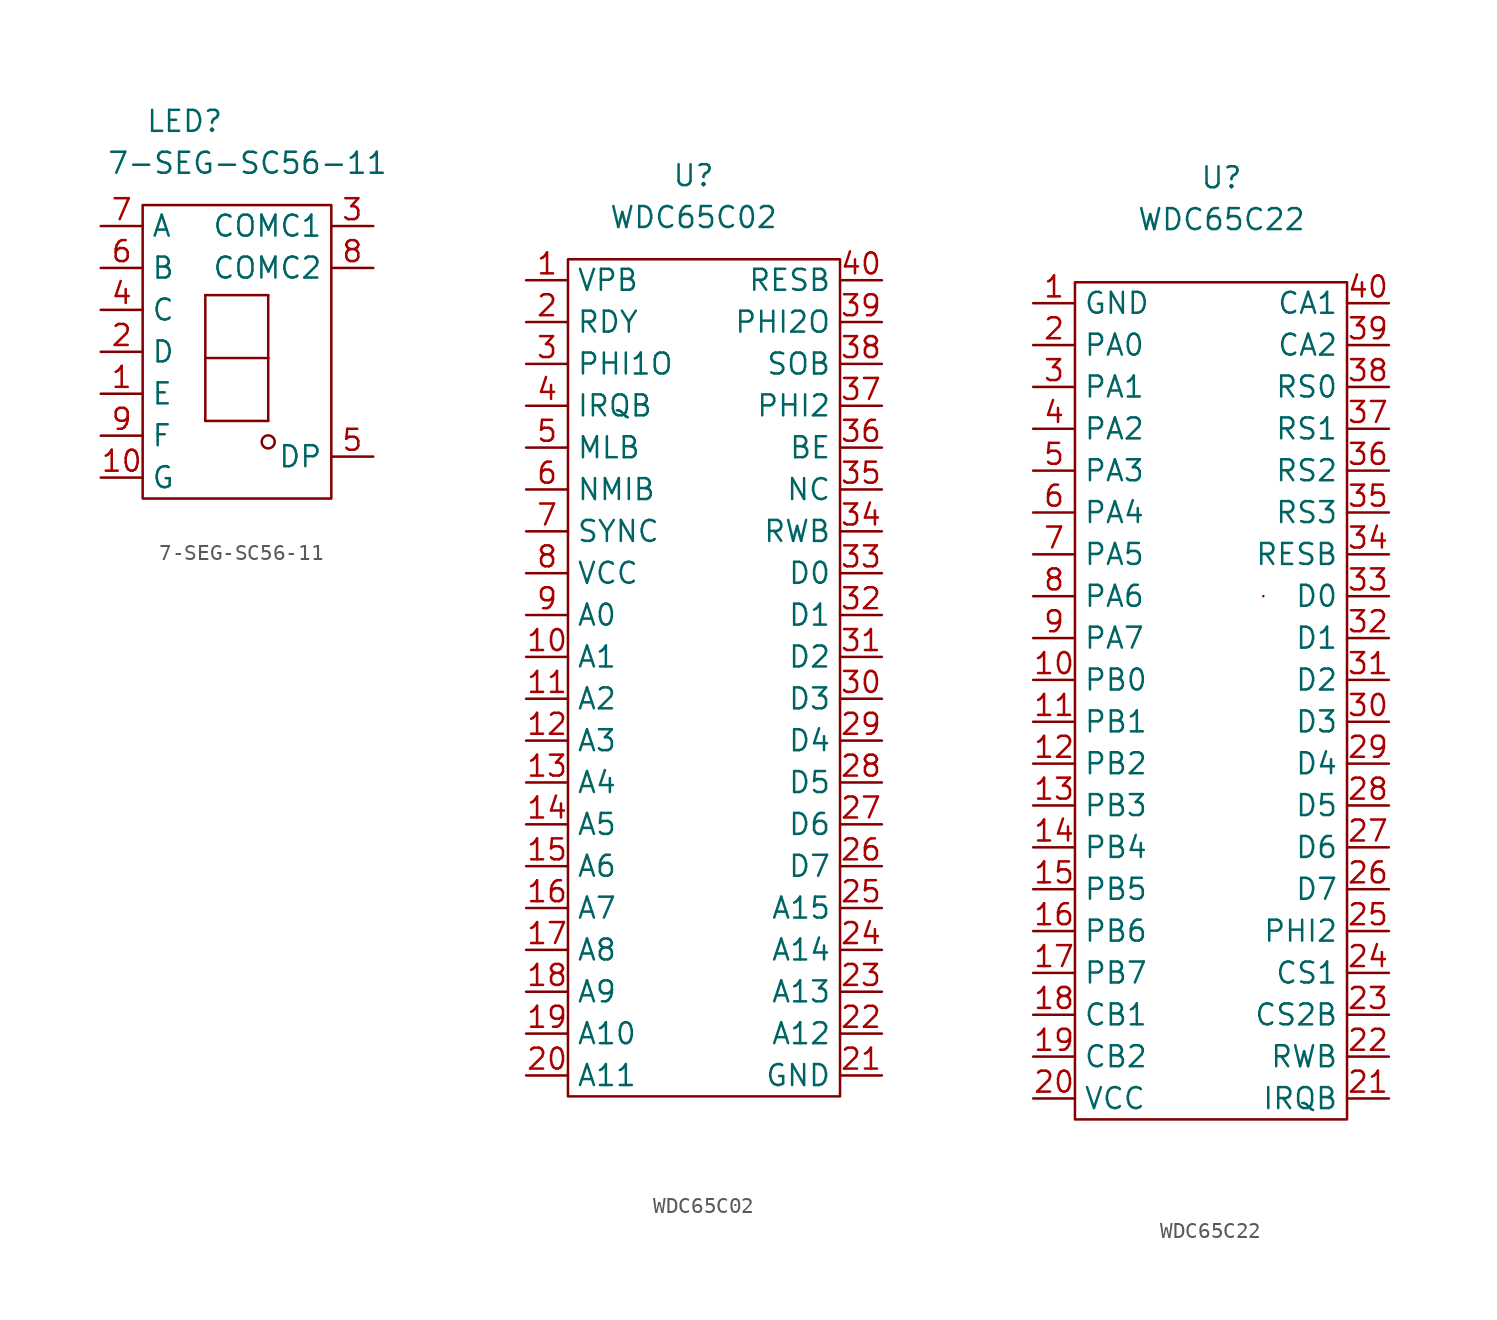
<source format=kicad_sym>
(kicad_symbol_lib
  (version 20220914)
  (generator kicad_symbol_editor)
  (symbol "7-SEG-SC56-11"
    (property "Reference" "LED"
      (at -3.81 12.7 0)
      (effects (font (size 1.27 1.27))))
    (property "Value" "7-SEG-SC56-11"
      (at 0 10.16 0)
      (effects (font (size 1.27 1.27))))
    (symbol "7-SEG-SC56-11_0_1"
      (rectangle (start -6.35 7.62) (end 5.08 -10.16) (stroke (width 0) (type default)) (fill (type none)))
      (rectangle (start -2.554 -5.457) (end -2.554 -1.647) (stroke (width 0) (type default)) (fill (type none)))
      (rectangle (start -2.554 -5.457) (end 1.256 -5.457) (stroke (width 0) (type default)) (fill (type none)))
      (rectangle (start -2.554 -1.647) (end -2.554 2.163) (stroke (width 0) (type default)) (fill (type none)))
      (rectangle (start -2.554 -1.647) (end 1.256 -1.647) (stroke (width 0) (type default)) (fill (type none)))
      (rectangle (start -2.554 2.163) (end 1.256 2.163) (stroke (width 0) (type default)) (fill (type none)))
      (circle (center 1.256 -6.727) (radius 0.394) (stroke (width 0) (type default)) (fill (type none)))
      (rectangle (start 1.256 -5.457) (end 1.256 -1.647) (stroke (width 0) (type default)) (fill (type none)))
      (rectangle (start 1.256 -1.647) (end 1.256 2.163) (stroke (width 0) (type default)) (fill (type none))))
    (symbol "7-SEG-SC56-11_1_1"
      (pin input line (at -8.89 -3.81 0) (length 2.54) (name "E" (effects (font (size 1.27 1.27)))) (number "1" (effects (font (size 1.27 1.27)))))
      (pin input line (at -8.89 -8.89 0) (length 2.54) (name "G" (effects (font (size 1.27 1.27)))) (number "10" (effects (font (size 1.27 1.27)))))
      (pin input line (at -8.89 -1.27 0) (length 2.54) (name "D" (effects (font (size 1.27 1.27)))) (number "2" (effects (font (size 1.27 1.27)))))
      (pin power_in line (at 7.62 6.35 180) (length 2.54) (name "COMC1" (effects (font (size 1.27 1.27)))) (number "3" (effects (font (size 1.27 1.27)))))
      (pin input line (at -8.89 1.27 0) (length 2.54) (name "C" (effects (font (size 1.27 1.27)))) (number "4" (effects (font (size 1.27 1.27)))))
      (pin input line (at 7.62 -7.62 180) (length 2.54) (name "DP" (effects (font (size 1.27 1.27)))) (number "5" (effects (font (size 1.27 1.27)))))
      (pin input line (at -8.89 3.81 0) (length 2.54) (name "B" (effects (font (size 1.27 1.27)))) (number "6" (effects (font (size 1.27 1.27)))))
      (pin input line (at -8.89 6.35 0) (length 2.54) (name "A" (effects (font (size 1.27 1.27)))) (number "7" (effects (font (size 1.27 1.27)))))
      (pin power_in line (at 7.62 3.81 180) (length 2.54) (name "COMC2" (effects (font (size 1.27 1.27)))) (number "8" (effects (font (size 1.27 1.27)))))
      (pin input line (at -8.89 -6.35 0) (length 2.54) (name "F" (effects (font (size 1.27 1.27)))) (number "9" (effects (font (size 1.27 1.27)))))))
  (symbol "WDC65C02"
    (property "Reference" "U"
      (at -1.27 26.67 0)
      (effects (font (size 1.27 1.27))))
    (property "Value" "WDC65C02"
      (at -1.27 24.13 0)
      (effects (font (size 1.27 1.27))))
    (symbol "WDC65C02_0_1"
      (rectangle (start -8.89 21.59) (end 7.62 -29.21) (stroke (width 0) (type default)) (fill (type none))))
    (symbol "WDC65C02_1_1"
      (pin input line (at -11.43 20.32 0) (length 2.54) (name "VPB" (effects (font (size 1.27 1.27)))) (number "1" (effects (font (size 1.27 1.27)))))
      (pin output line (at -11.43 -2.54 0) (length 2.54) (name "A1" (effects (font (size 1.27 1.27)))) (number "10" (effects (font (size 1.27 1.27)))))
      (pin output line (at -11.43 -5.08 0) (length 2.54) (name "A2" (effects (font (size 1.27 1.27)))) (number "11" (effects (font (size 1.27 1.27)))))
      (pin output line (at -11.43 -7.62 0) (length 2.54) (name "A3" (effects (font (size 1.27 1.27)))) (number "12" (effects (font (size 1.27 1.27)))))
      (pin output line (at -11.43 -10.16 0) (length 2.54) (name "A4" (effects (font (size 1.27 1.27)))) (number "13" (effects (font (size 1.27 1.27)))))
      (pin output line (at -11.43 -12.7 0) (length 2.54) (name "A5" (effects (font (size 1.27 1.27)))) (number "14" (effects (font (size 1.27 1.27)))))
      (pin output line (at -11.43 -15.24 0) (length 2.54) (name "A6" (effects (font (size 1.27 1.27)))) (number "15" (effects (font (size 1.27 1.27)))))
      (pin output line (at -11.43 -17.78 0) (length 2.54) (name "A7" (effects (font (size 1.27 1.27)))) (number "16" (effects (font (size 1.27 1.27)))))
      (pin output line (at -11.43 -20.32 0) (length 2.54) (name "A8" (effects (font (size 1.27 1.27)))) (number "17" (effects (font (size 1.27 1.27)))))
      (pin output line (at -11.43 -22.86 0) (length 2.54) (name "A9" (effects (font (size 1.27 1.27)))) (number "18" (effects (font (size 1.27 1.27)))))
      (pin output line (at -11.43 -25.4 0) (length 2.54) (name "A10" (effects (font (size 1.27 1.27)))) (number "19" (effects (font (size 1.27 1.27)))))
      (pin input line (at -11.43 17.78 0) (length 2.54) (name "RDY" (effects (font (size 1.27 1.27)))) (number "2" (effects (font (size 1.27 1.27)))))
      (pin output line (at -11.43 -27.94 0) (length 2.54) (name "A11" (effects (font (size 1.27 1.27)))) (number "20" (effects (font (size 1.27 1.27)))))
      (pin power_in line (at 10.16 -27.94 180) (length 2.54) (name "GND" (effects (font (size 1.27 1.27)))) (number "21" (effects (font (size 1.27 1.27)))))
      (pin output line (at 10.16 -25.4 180) (length 2.54) (name "A12" (effects (font (size 1.27 1.27)))) (number "22" (effects (font (size 1.27 1.27)))))
      (pin output line (at 10.16 -22.86 180) (length 2.54) (name "A13" (effects (font (size 1.27 1.27)))) (number "23" (effects (font (size 1.27 1.27)))))
      (pin output line (at 10.16 -20.32 180) (length 2.54) (name "A14" (effects (font (size 1.27 1.27)))) (number "24" (effects (font (size 1.27 1.27)))))
      (pin output line (at 10.16 -17.78 180) (length 2.54) (name "A15" (effects (font (size 1.27 1.27)))) (number "25" (effects (font (size 1.27 1.27)))))
      (pin bidirectional line (at 10.16 -15.24 180) (length 2.54) (name "D7" (effects (font (size 1.27 1.27)))) (number "26" (effects (font (size 1.27 1.27)))))
      (pin bidirectional line (at 10.16 -12.7 180) (length 2.54) (name "D6" (effects (font (size 1.27 1.27)))) (number "27" (effects (font (size 1.27 1.27)))))
      (pin bidirectional line (at 10.16 -10.16 180) (length 2.54) (name "D5" (effects (font (size 1.27 1.27)))) (number "28" (effects (font (size 1.27 1.27)))))
      (pin bidirectional line (at 10.16 -7.62 180) (length 2.54) (name "D4" (effects (font (size 1.27 1.27)))) (number "29" (effects (font (size 1.27 1.27)))))
      (pin output line (at -11.43 15.24 0) (length 2.54) (name "PHI1O" (effects (font (size 1.27 1.27)))) (number "3" (effects (font (size 1.27 1.27)))))
      (pin bidirectional line (at 10.16 -5.08 180) (length 2.54) (name "D3" (effects (font (size 1.27 1.27)))) (number "30" (effects (font (size 1.27 1.27)))))
      (pin bidirectional line (at 10.16 -2.54 180) (length 2.54) (name "D2" (effects (font (size 1.27 1.27)))) (number "31" (effects (font (size 1.27 1.27)))))
      (pin bidirectional line (at 10.16 0 180) (length 2.54) (name "D1" (effects (font (size 1.27 1.27)))) (number "32" (effects (font (size 1.27 1.27)))))
      (pin bidirectional line (at 10.16 2.54 180) (length 2.54) (name "D0" (effects (font (size 1.27 1.27)))) (number "33" (effects (font (size 1.27 1.27)))))
      (pin output line (at 10.16 5.08 180) (length 2.54) (name "RWB" (effects (font (size 1.27 1.27)))) (number "34" (effects (font (size 1.27 1.27)))))
      (pin input line (at 10.16 7.62 180) (length 2.54) (name "NC" (effects (font (size 1.27 1.27)))) (number "35" (effects (font (size 1.27 1.27)))))
      (pin input line (at 10.16 10.16 180) (length 2.54) (name "BE" (effects (font (size 1.27 1.27)))) (number "36" (effects (font (size 1.27 1.27)))))
      (pin input line (at 10.16 12.7 180) (length 2.54) (name "PHI2" (effects (font (size 1.27 1.27)))) (number "37" (effects (font (size 1.27 1.27)))))
      (pin input line (at 10.16 15.24 180) (length 2.54) (name "SOB" (effects (font (size 1.27 1.27)))) (number "38" (effects (font (size 1.27 1.27)))))
      (pin output line (at 10.16 17.78 180) (length 2.54) (name "PHI2O" (effects (font (size 1.27 1.27)))) (number "39" (effects (font (size 1.27 1.27)))))
      (pin input line (at -11.43 12.7 0) (length 2.54) (name "IRQB" (effects (font (size 1.27 1.27)))) (number "4" (effects (font (size 1.27 1.27)))))
      (pin input line (at 10.16 20.32 180) (length 2.54) (name "RESB" (effects (font (size 1.27 1.27)))) (number "40" (effects (font (size 1.27 1.27)))))
      (pin input line (at -11.43 10.16 0) (length 2.54) (name "MLB" (effects (font (size 1.27 1.27)))) (number "5" (effects (font (size 1.27 1.27)))))
      (pin input line (at -11.43 7.62 0) (length 2.54) (name "NMIB" (effects (font (size 1.27 1.27)))) (number "6" (effects (font (size 1.27 1.27)))))
      (pin input line (at -11.43 5.08 0) (length 2.54) (name "SYNC" (effects (font (size 1.27 1.27)))) (number "7" (effects (font (size 1.27 1.27)))))
      (pin power_in line (at -11.43 2.54 0) (length 2.54) (name "VCC" (effects (font (size 1.27 1.27)))) (number "8" (effects (font (size 1.27 1.27)))))
      (pin output line (at -11.43 0 0) (length 2.54) (name "A0" (effects (font (size 1.27 1.27)))) (number "9" (effects (font (size 1.27 1.27)))))))
  (symbol "WDC65C22"
    (property "Reference" "U"
      (at 0 0 0)
      (effects (font (size 1.27 1.27))))
    (property "Value" "WDC65C22"
      (at 0 -2.54 0)
      (effects (font (size 1.27 1.27))))
    (symbol "WDC65C22_0_1"
      (rectangle (start -8.89 -6.35) (end 7.62 -57.15) (stroke (width 0) (type default)) (fill (type none)))
      (rectangle (start 2.54 -25.4) (end 2.54 -25.4) (stroke (width 0) (type default)) (fill (type none))))
    (symbol "WDC65C22_1_1"
      (pin power_in line (at -11.43 -7.62 0) (length 2.54) (name "GND" (effects (font (size 1.27 1.27)))) (number "1" (effects (font (size 1.27 1.27)))))
      (pin bidirectional line (at -11.43 -30.48 0) (length 2.54) (name "PB0" (effects (font (size 1.27 1.27)))) (number "10" (effects (font (size 1.27 1.27)))))
      (pin bidirectional line (at -11.43 -33.02 0) (length 2.54) (name "PB1" (effects (font (size 1.27 1.27)))) (number "11" (effects (font (size 1.27 1.27)))))
      (pin bidirectional line (at -11.43 -35.56 0) (length 2.54) (name "PB2" (effects (font (size 1.27 1.27)))) (number "12" (effects (font (size 1.27 1.27)))))
      (pin bidirectional line (at -11.43 -38.1 0) (length 2.54) (name "PB3" (effects (font (size 1.27 1.27)))) (number "13" (effects (font (size 1.27 1.27)))))
      (pin bidirectional line (at -11.43 -40.64 0) (length 2.54) (name "PB4" (effects (font (size 1.27 1.27)))) (number "14" (effects (font (size 1.27 1.27)))))
      (pin bidirectional line (at -11.43 -43.18 0) (length 2.54) (name "PB5" (effects (font (size 1.27 1.27)))) (number "15" (effects (font (size 1.27 1.27)))))
      (pin bidirectional line (at -11.43 -45.72 0) (length 2.54) (name "PB6" (effects (font (size 1.27 1.27)))) (number "16" (effects (font (size 1.27 1.27)))))
      (pin bidirectional line (at -11.43 -48.26 0) (length 2.54) (name "PB7" (effects (font (size 1.27 1.27)))) (number "17" (effects (font (size 1.27 1.27)))))
      (pin bidirectional line (at -11.43 -50.8 0) (length 2.54) (name "CB1" (effects (font (size 1.27 1.27)))) (number "18" (effects (font (size 1.27 1.27)))))
      (pin bidirectional line (at -11.43 -53.34 0) (length 2.54) (name "CB2" (effects (font (size 1.27 1.27)))) (number "19" (effects (font (size 1.27 1.27)))))
      (pin bidirectional line (at -11.43 -10.16 0) (length 2.54) (name "PA0" (effects (font (size 1.27 1.27)))) (number "2" (effects (font (size 1.27 1.27)))))
      (pin power_in line (at -11.43 -55.88 0) (length 2.54) (name "VCC" (effects (font (size 1.27 1.27)))) (number "20" (effects (font (size 1.27 1.27)))))
      (pin output line (at 10.16 -55.88 180) (length 2.54) (name "IRQB" (effects (font (size 1.27 1.27)))) (number "21" (effects (font (size 1.27 1.27)))))
      (pin input line (at 10.16 -53.34 180) (length 2.54) (name "RWB" (effects (font (size 1.27 1.27)))) (number "22" (effects (font (size 1.27 1.27)))))
      (pin input line (at 10.16 -50.8 180) (length 2.54) (name "CS2B" (effects (font (size 1.27 1.27)))) (number "23" (effects (font (size 1.27 1.27)))))
      (pin input line (at 10.16 -48.26 180) (length 2.54) (name "CS1" (effects (font (size 1.27 1.27)))) (number "24" (effects (font (size 1.27 1.27)))))
      (pin input line (at 10.16 -45.72 180) (length 2.54) (name "PHI2" (effects (font (size 1.27 1.27)))) (number "25" (effects (font (size 1.27 1.27)))))
      (pin bidirectional line (at 10.16 -43.18 180) (length 2.54) (name "D7" (effects (font (size 1.27 1.27)))) (number "26" (effects (font (size 1.27 1.27)))))
      (pin bidirectional line (at 10.16 -40.64 180) (length 2.54) (name "D6" (effects (font (size 1.27 1.27)))) (number "27" (effects (font (size 1.27 1.27)))))
      (pin bidirectional line (at 10.16 -38.1 180) (length 2.54) (name "D5" (effects (font (size 1.27 1.27)))) (number "28" (effects (font (size 1.27 1.27)))))
      (pin bidirectional line (at 10.16 -35.56 180) (length 2.54) (name "D4" (effects (font (size 1.27 1.27)))) (number "29" (effects (font (size 1.27 1.27)))))
      (pin bidirectional line (at -11.43 -12.7 0) (length 2.54) (name "PA1" (effects (font (size 1.27 1.27)))) (number "3" (effects (font (size 1.27 1.27)))))
      (pin bidirectional line (at 10.16 -33.02 180) (length 2.54) (name "D3" (effects (font (size 1.27 1.27)))) (number "30" (effects (font (size 1.27 1.27)))))
      (pin bidirectional line (at 10.16 -30.48 180) (length 2.54) (name "D2" (effects (font (size 1.27 1.27)))) (number "31" (effects (font (size 1.27 1.27)))))
      (pin bidirectional line (at 10.16 -27.94 180) (length 2.54) (name "D1" (effects (font (size 1.27 1.27)))) (number "32" (effects (font (size 1.27 1.27)))))
      (pin bidirectional line (at 10.16 -25.4 180) (length 2.54) (name "D0" (effects (font (size 1.27 1.27)))) (number "33" (effects (font (size 1.27 1.27)))))
      (pin input line (at 10.16 -22.86 180) (length 2.54) (name "RESB" (effects (font (size 1.27 1.27)))) (number "34" (effects (font (size 1.27 1.27)))))
      (pin input line (at 10.16 -20.32 180) (length 2.54) (name "RS3" (effects (font (size 1.27 1.27)))) (number "35" (effects (font (size 1.27 1.27)))))
      (pin input line (at 10.16 -17.78 180) (length 2.54) (name "RS2" (effects (font (size 1.27 1.27)))) (number "36" (effects (font (size 1.27 1.27)))))
      (pin input line (at 10.16 -15.24 180) (length 2.54) (name "RS1" (effects (font (size 1.27 1.27)))) (number "37" (effects (font (size 1.27 1.27)))))
      (pin input line (at 10.16 -12.7 180) (length 2.54) (name "RS0" (effects (font (size 1.27 1.27)))) (number "38" (effects (font (size 1.27 1.27)))))
      (pin bidirectional line (at 10.16 -10.16 180) (length 2.54) (name "CA2" (effects (font (size 1.27 1.27)))) (number "39" (effects (font (size 1.27 1.27)))))
      (pin bidirectional line (at -11.43 -15.24 0) (length 2.54) (name "PA2" (effects (font (size 1.27 1.27)))) (number "4" (effects (font (size 1.27 1.27)))))
      (pin bidirectional line (at 10.16 -7.62 180) (length 2.54) (name "CA1" (effects (font (size 1.27 1.27)))) (number "40" (effects (font (size 1.27 1.27)))))
      (pin bidirectional line (at -11.43 -17.78 0) (length 2.54) (name "PA3" (effects (font (size 1.27 1.27)))) (number "5" (effects (font (size 1.27 1.27)))))
      (pin bidirectional line (at -11.43 -20.32 0) (length 2.54) (name "PA4" (effects (font (size 1.27 1.27)))) (number "6" (effects (font (size 1.27 1.27)))))
      (pin bidirectional line (at -11.43 -22.86 0) (length 2.54) (name "PA5" (effects (font (size 1.27 1.27)))) (number "7" (effects (font (size 1.27 1.27)))))
      (pin bidirectional line (at -11.43 -25.4 0) (length 2.54) (name "PA6" (effects (font (size 1.27 1.27)))) (number "8" (effects (font (size 1.27 1.27)))))
      (pin bidirectional line (at -11.43 -27.94 0) (length 2.54) (name "PA7" (effects (font (size 1.27 1.27)))) (number "9" (effects (font (size 1.27 1.27))))))))
</source>
